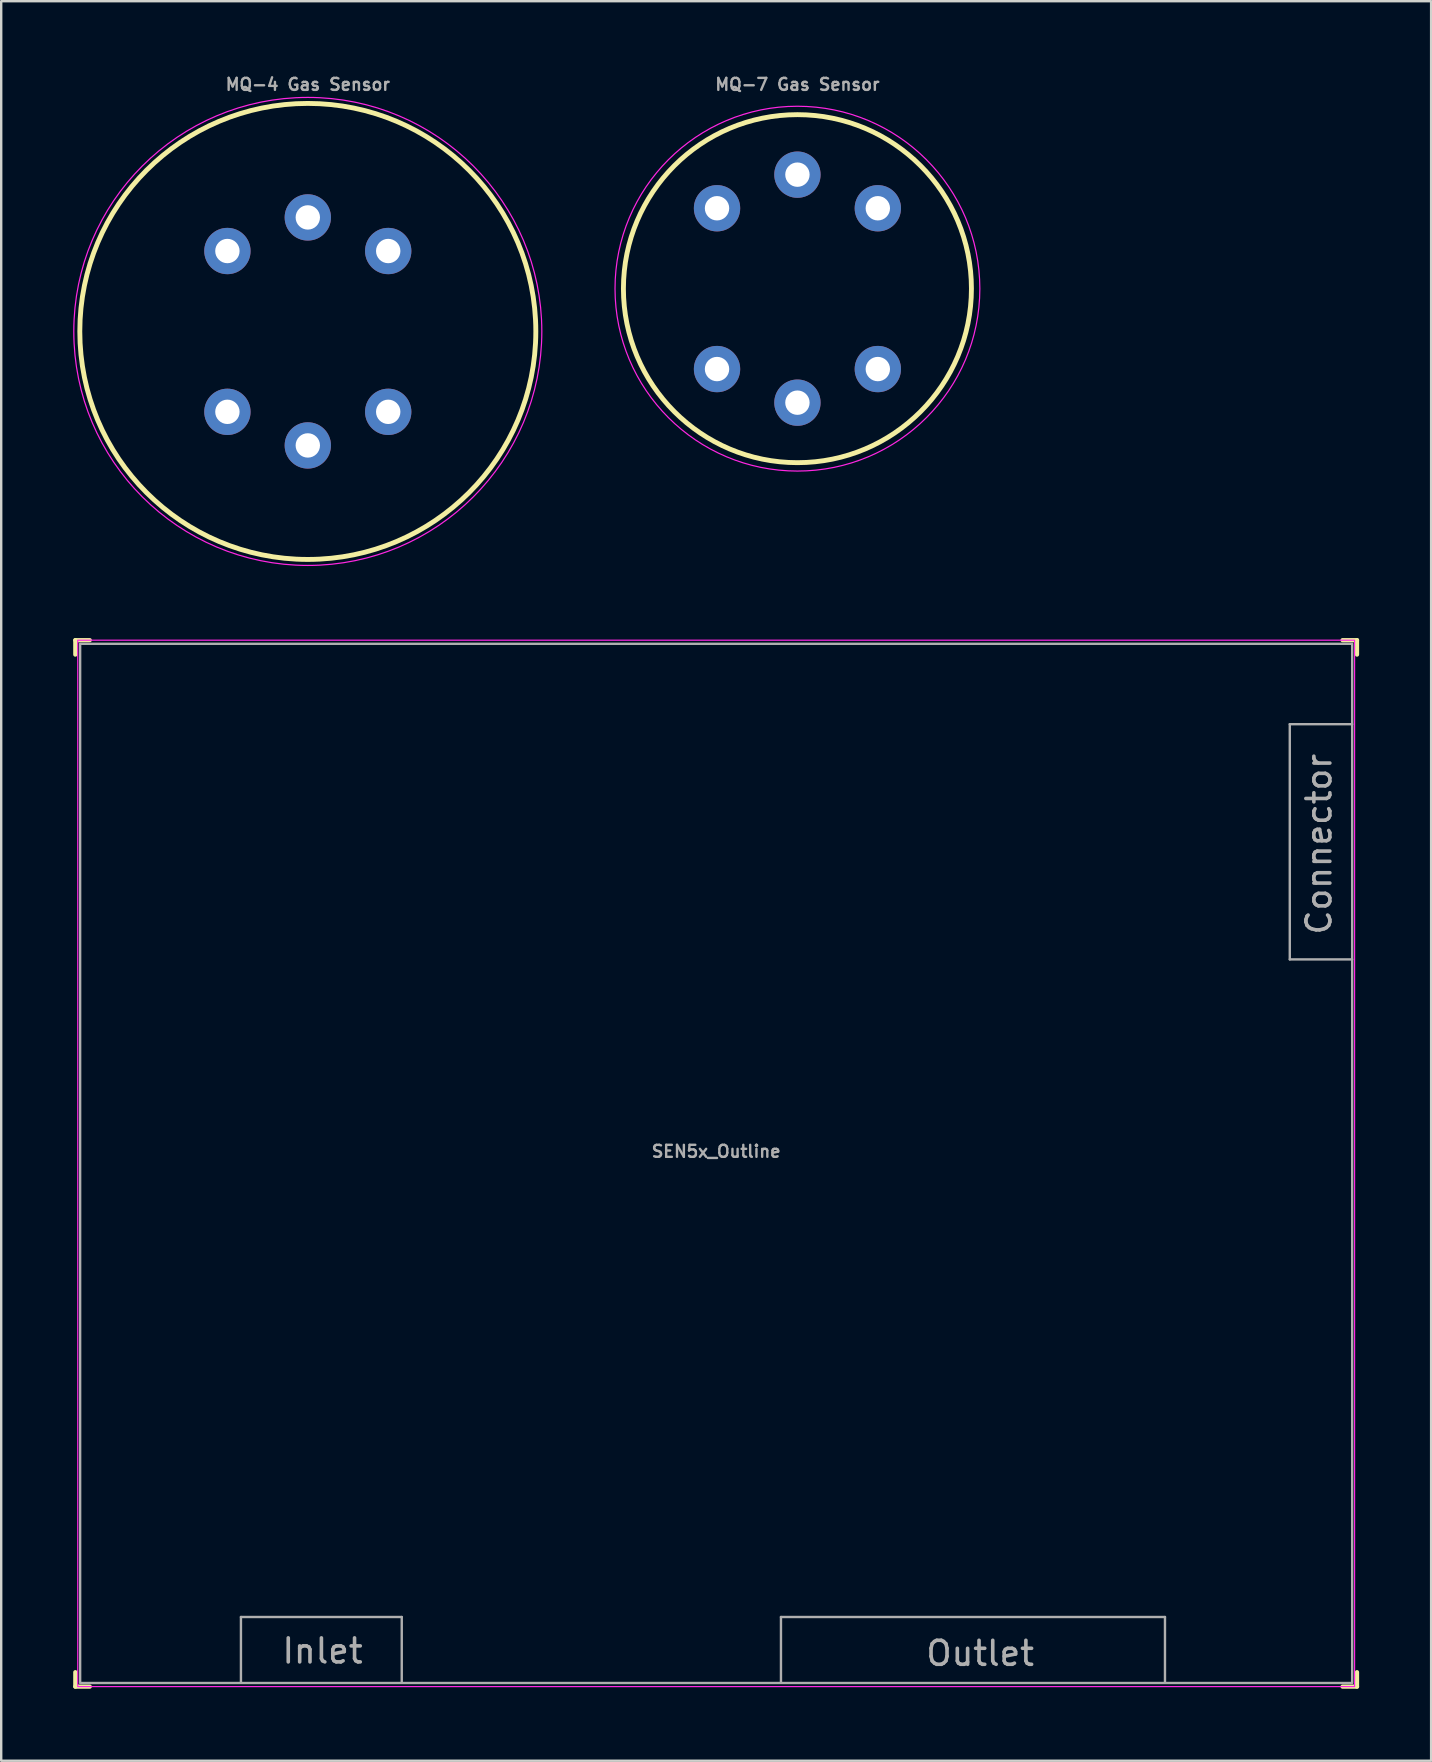
<source format=kicad_pcb>
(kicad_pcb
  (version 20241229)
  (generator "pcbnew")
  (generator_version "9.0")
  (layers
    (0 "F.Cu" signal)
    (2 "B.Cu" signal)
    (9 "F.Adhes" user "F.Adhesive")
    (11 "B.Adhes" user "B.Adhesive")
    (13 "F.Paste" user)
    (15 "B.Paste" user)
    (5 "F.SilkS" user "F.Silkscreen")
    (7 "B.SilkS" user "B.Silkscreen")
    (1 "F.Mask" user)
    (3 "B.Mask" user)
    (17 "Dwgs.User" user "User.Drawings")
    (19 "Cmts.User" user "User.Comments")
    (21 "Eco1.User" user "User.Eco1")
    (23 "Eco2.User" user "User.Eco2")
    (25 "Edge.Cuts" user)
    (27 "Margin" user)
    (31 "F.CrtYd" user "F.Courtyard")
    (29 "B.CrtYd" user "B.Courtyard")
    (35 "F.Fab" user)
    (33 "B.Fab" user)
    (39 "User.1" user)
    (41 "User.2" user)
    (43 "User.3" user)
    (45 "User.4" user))
  (footprint "SEN5x_Outline"
    (layer "F.Cu")
    (at 26.789 45.423)
    (property "Reference" "SEN5x_Outline" (at 0 -0.5 0) (layer "F.Fab") (effects (font (size 0.5 0.5) (thickness 0.1) (bold yes))))
    (attr smd)
    (fp_line (start -26.7 -21.2) (end -26.7 -21.8) (stroke (width 0.178) (type default)) (layer "F.SilkS"))
    (fp_line (start -26.7 21.2) (end -26.7 21.8) (stroke (width 0.178) (type default)) (layer "F.SilkS"))
    (fp_line (start -26.1 -21.8) (end -26.7 -21.8) (stroke (width 0.178) (type default)) (layer "F.SilkS"))
    (fp_line (start -26.1 21.8) (end -26.7 21.8) (stroke (width 0.178) (type default)) (layer "F.SilkS"))
    (fp_line (start 26.1 -21.8) (end 26.7 -21.8) (stroke (width 0.178) (type default)) (layer "F.SilkS"))
    (fp_line (start 26.1 21.8) (end 26.7 21.8) (stroke (width 0.178) (type default)) (layer "F.SilkS"))
    (fp_line (start 26.7 -21.2) (end 26.7 -21.8) (stroke (width 0.178) (type default)) (layer "F.SilkS"))
    (fp_line (start 26.7 21.2) (end 26.7 21.8) (stroke (width 0.178) (type default)) (layer "F.SilkS"))
    (fp_rect (start 26.6 -21.8) (end -26.6 21.8) (stroke (width 0.05) (type default)) (fill no) (layer "F.CrtYd"))
    (fp_line (start -19.8 18.9) (end -13.1 18.9) (stroke (width 0.1) (type default)) (layer "F.Fab"))
    (fp_line (start -19.8 21.6) (end -19.8 18.9) (stroke (width 0.1) (type default)) (layer "F.Fab"))
    (fp_line (start -13.1 18.9) (end -13.1 21.6) (stroke (width 0.1) (type default)) (layer "F.Fab"))
    (fp_line (start 2.7 18.9) (end 2.7 21.6) (stroke (width 0.1) (type default)) (layer "F.Fab"))
    (fp_line (start 18.7 18.9) (end 2.7 18.9) (stroke (width 0.1) (type default)) (layer "F.Fab"))
    (fp_line (start 18.7 21.6) (end 18.7 18.9) (stroke (width 0.1) (type default)) (layer "F.Fab"))
    (fp_line (start 23.9 -18.3) (end 23.9 -8.5) (stroke (width 0.1) (type default)) (layer "F.Fab"))
    (fp_line (start 23.9 -8.5) (end 26.5 -8.5) (stroke (width 0.1) (type default)) (layer "F.Fab"))
    (fp_line (start 26.5 -18.3) (end 23.9 -18.3) (stroke (width 0.1) (type default)) (layer "F.Fab"))
    (fp_rect (start -26.5 -21.65) (end 26.5 21.65) (stroke (width 0.1) (type default)) (fill no) (layer "F.Fab"))
    (fp_text user "Connector" (at 25.7 -13.3 90) (unlocked yes) (layer "F.Fab") (effects (font (size 1 1) (thickness 0.15)) (justify bottom)))
    (fp_text user "Inlet" (at -16.4 20.9 0) (unlocked yes) (layer "F.Fab") (effects (font (size 1 1) (thickness 0.15)) (justify bottom)))
    (fp_text user "Outlet" (at 11 21 0) (unlocked yes) (layer "F.Fab") (effects (font (size 1 1) (thickness 0.15)) (justify bottom))))
  (footprint "MQ-4 Gas Sensor"
    (layer "F.Cu")
    (at 9.775 10.759)
    (property "Reference" "MQ-4 Gas Sensor" (at 0 -10.291 180) (layer "F.Fab") (effects (font (size 0.5 0.5) (thickness 0.1) (bold yes))))
    (attr through_hole)
    (fp_circle (center 0 0) (end 0 -9.5) (stroke (width 0.203) (type solid)) (fill no) (layer "F.SilkS"))
    (fp_circle (center 0 0) (end 0 -9.75) (stroke (width 0.05) (type default)) (fill no) (layer "F.CrtYd"))
    (pad "1" thru_hole circle (at 3.35 -3.35 90) (size 1.93 1.93) (drill 1.016) (layers "*.Cu" "*.Mask"))
    (pad "2" thru_hole circle (at 0 -4.75 90) (size 1.93 1.93) (drill 1.016) (layers "*.Cu" "*.Mask"))
    (pad "3" thru_hole circle (at -3.35 -3.35 90) (size 1.93 1.93) (drill 1.016) (layers "*.Cu" "*.Mask"))
    (pad "4" thru_hole circle (at -3.35 3.35 90) (size 1.93 1.93) (drill 1.016) (layers "*.Cu" "*.Mask"))
    (pad "5" thru_hole circle (at 0 4.75 90) (size 1.93 1.93) (drill 1.016) (layers "*.Cu" "*.Mask"))
    (pad "6" thru_hole circle (at 3.35 3.35 90) (size 1.93 1.93) (drill 1.016) (layers "*.Cu" "*.Mask")))
  (footprint "MQ-7 Gas Sensor"
    (layer "F.Cu")
    (at 30.175 8.977)
    (property "Reference" "MQ-7 Gas Sensor" (at 0 -8.509 0) (layer "F.Fab") (effects (font (size 0.5 0.5) (thickness 0.1) (bold yes))))
    (attr through_hole)
    (fp_circle (center 0 0) (end 0 -7.25) (stroke (width 0.203) (type solid)) (fill no) (layer "F.SilkS"))
    (fp_circle (center 0 0) (end 0 -7.6) (stroke (width 0.05) (type default)) (fill no) (layer "F.CrtYd"))
    (pad "1" thru_hole circle (at 3.35 -3.35 90) (size 1.93 1.93) (drill 1.016) (layers "*.Cu" "*.Mask"))
    (pad "2" thru_hole circle (at 0 -4.75 90) (size 1.93 1.93) (drill 1.016) (layers "*.Cu" "*.Mask"))
    (pad "3" thru_hole circle (at -3.35 -3.35 90) (size 1.93 1.93) (drill 1.016) (layers "*.Cu" "*.Mask"))
    (pad "4" thru_hole circle (at -3.35 3.35 90) (size 1.93 1.93) (drill 1.016) (layers "*.Cu" "*.Mask"))
    (pad "5" thru_hole circle (at 0 4.75 90) (size 1.93 1.93) (drill 1.016) (layers "*.Cu" "*.Mask"))
    (pad "6" thru_hole circle (at 3.35 3.35 90) (size 1.93 1.93) (drill 1.016) (layers "*.Cu" "*.Mask")))
  (gr_rect
    (start -3 -3)
    (end 56.578 70.312)
    (stroke (width 0.1) (type default))
    (fill no)
    (layer "Edge.Cuts")))
</source>
